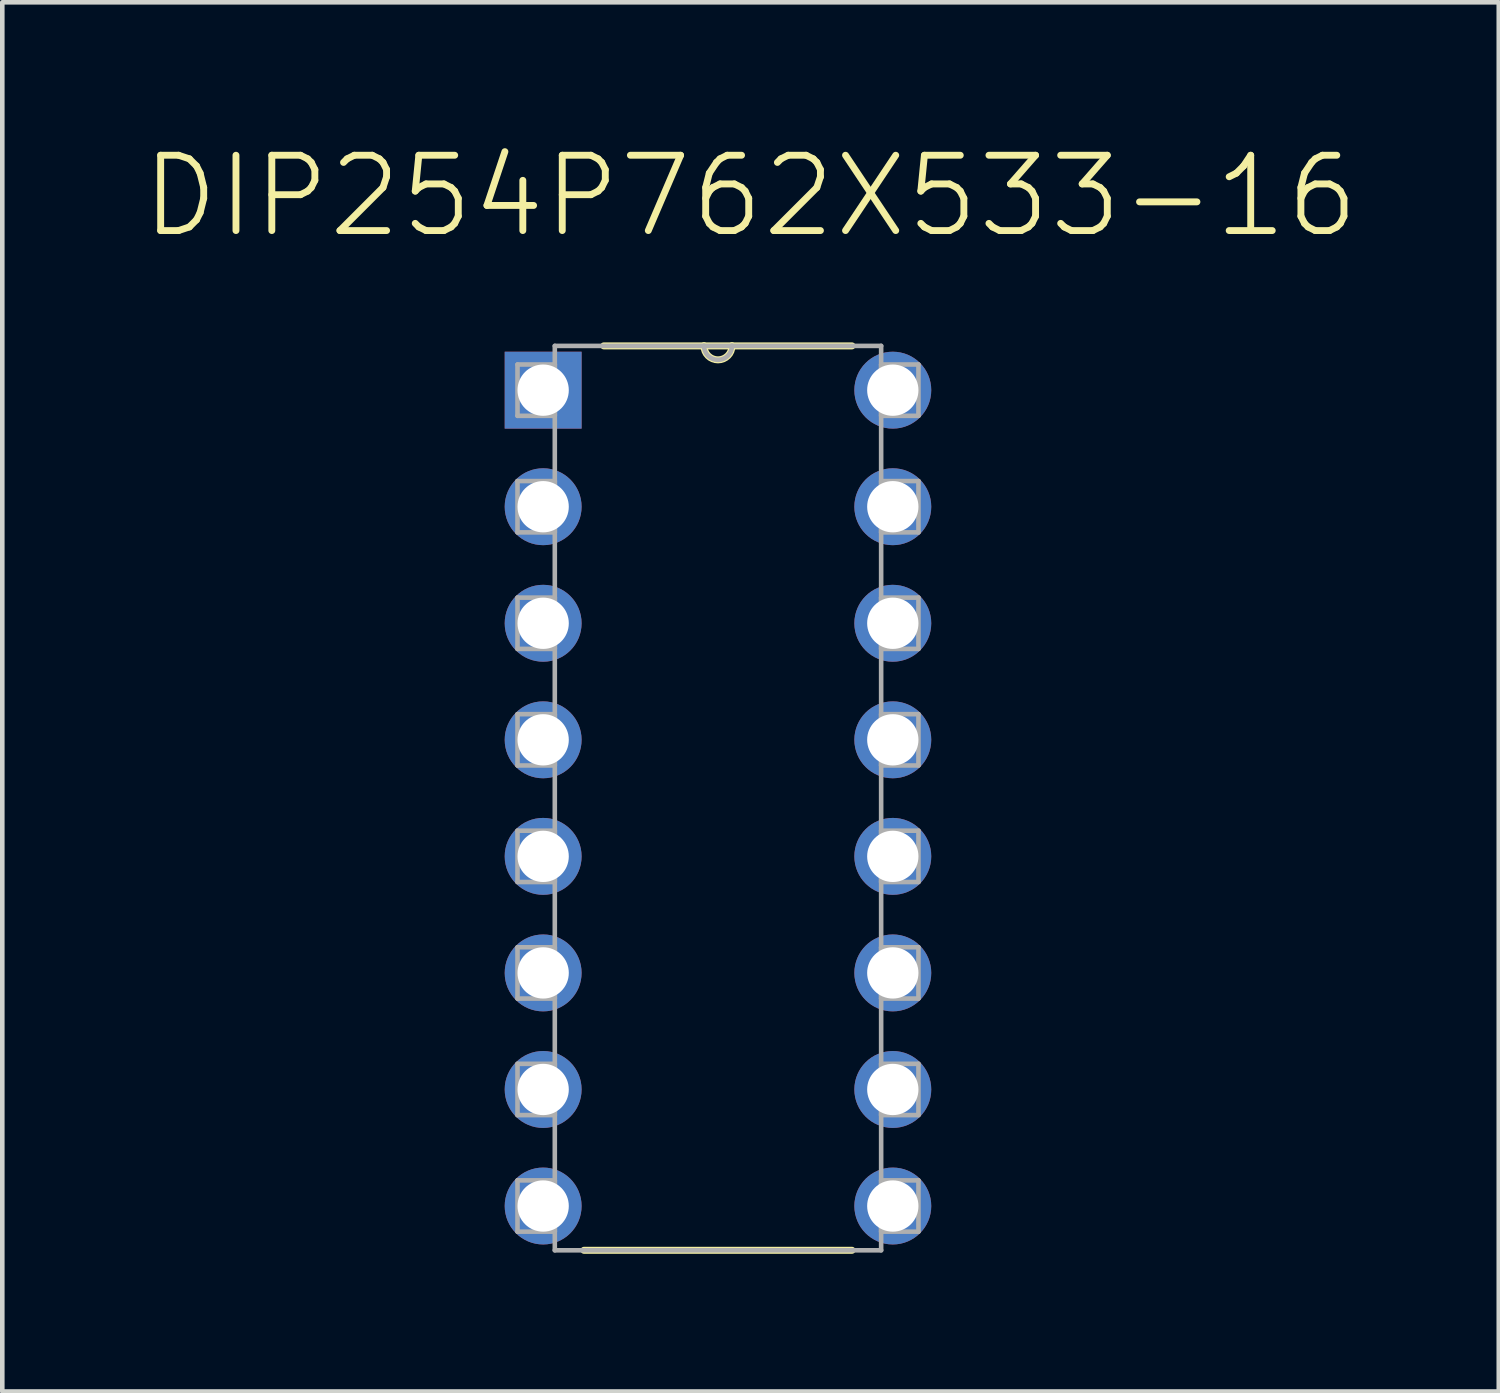
<source format=kicad_pcb>
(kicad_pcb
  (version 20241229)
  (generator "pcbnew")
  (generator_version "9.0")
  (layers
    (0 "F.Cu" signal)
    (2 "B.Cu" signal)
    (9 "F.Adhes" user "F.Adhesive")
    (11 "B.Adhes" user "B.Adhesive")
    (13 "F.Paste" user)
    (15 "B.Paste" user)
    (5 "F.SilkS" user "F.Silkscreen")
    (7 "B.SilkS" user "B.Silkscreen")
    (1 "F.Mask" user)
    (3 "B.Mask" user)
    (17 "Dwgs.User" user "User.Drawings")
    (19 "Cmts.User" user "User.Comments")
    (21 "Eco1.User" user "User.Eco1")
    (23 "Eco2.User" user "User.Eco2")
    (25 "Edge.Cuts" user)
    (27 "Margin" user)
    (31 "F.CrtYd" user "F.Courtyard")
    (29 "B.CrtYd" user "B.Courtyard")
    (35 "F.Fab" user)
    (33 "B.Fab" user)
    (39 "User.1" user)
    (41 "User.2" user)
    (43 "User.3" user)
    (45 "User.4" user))
  (footprint "DIP254P762X533-16"
    (layer "F.Cu")
    (at 16.407 23.233)
    (property "Reference" "DIP254P762X533-16" (at -3.101 -22.01 0) (layer "F.SilkS") (effects (font (size 1.641 1.641) (thickness 0.15))))
    (attr through_hole)
    (fp_line (start -6.731 0.965) (end -0.889 0.965) (stroke (width 0.152) (type solid)) (layer "F.SilkS"))
    (fp_line (start -4.115 -18.745) (end -6.299 -18.745) (stroke (width 0.152) (type solid)) (layer "F.SilkS"))
    (fp_line (start -3.505 -18.745) (end -4.115 -18.745) (stroke (width 0.152) (type solid)) (layer "F.SilkS"))
    (fp_line (start -0.889 -18.745) (end -3.505 -18.745) (stroke (width 0.152) (type solid)) (layer "F.SilkS"))
    (fp_arc (start -3.5052 -18.7452) (mid -3.81 -18.4404) (end -4.1148 -18.7452) (stroke (width 0.1524) (type solid)) (layer "F.SilkS"))
    (fp_line (start -8.179 -18.339) (end -8.179 -17.221) (stroke (width 0.1) (type solid)) (layer "F.Fab"))
    (fp_line (start -8.179 -17.221) (end -7.366 -17.221) (stroke (width 0.1) (type solid)) (layer "F.Fab"))
    (fp_line (start -8.179 -15.799) (end -8.179 -14.681) (stroke (width 0.1) (type solid)) (layer "F.Fab"))
    (fp_line (start -8.179 -14.681) (end -7.366 -14.681) (stroke (width 0.1) (type solid)) (layer "F.Fab"))
    (fp_line (start -8.179 -13.259) (end -8.179 -12.141) (stroke (width 0.1) (type solid)) (layer "F.Fab"))
    (fp_line (start -8.179 -12.141) (end -7.366 -12.141) (stroke (width 0.1) (type solid)) (layer "F.Fab"))
    (fp_line (start -8.179 -10.719) (end -8.179 -9.601) (stroke (width 0.1) (type solid)) (layer "F.Fab"))
    (fp_line (start -8.179 -9.601) (end -7.366 -9.601) (stroke (width 0.1) (type solid)) (layer "F.Fab"))
    (fp_line (start -8.179 -8.179) (end -8.179 -7.061) (stroke (width 0.1) (type solid)) (layer "F.Fab"))
    (fp_line (start -8.179 -7.061) (end -7.366 -7.061) (stroke (width 0.1) (type solid)) (layer "F.Fab"))
    (fp_line (start -8.179 -5.639) (end -8.179 -4.521) (stroke (width 0.1) (type solid)) (layer "F.Fab"))
    (fp_line (start -8.179 -4.521) (end -7.366 -4.521) (stroke (width 0.1) (type solid)) (layer "F.Fab"))
    (fp_line (start -8.179 -3.099) (end -8.179 -1.981) (stroke (width 0.1) (type solid)) (layer "F.Fab"))
    (fp_line (start -8.179 -1.981) (end -7.366 -1.981) (stroke (width 0.1) (type solid)) (layer "F.Fab"))
    (fp_line (start -8.179 -0.559) (end -8.179 0.559) (stroke (width 0.1) (type solid)) (layer "F.Fab"))
    (fp_line (start -8.179 0.559) (end -7.366 0.559) (stroke (width 0.1) (type solid)) (layer "F.Fab"))
    (fp_line (start -7.366 -18.745) (end -7.366 0.965) (stroke (width 0.1) (type solid)) (layer "F.Fab"))
    (fp_line (start -7.366 -18.339) (end -8.179 -18.339) (stroke (width 0.1) (type solid)) (layer "F.Fab"))
    (fp_line (start -7.366 -17.221) (end -7.366 -18.339) (stroke (width 0.1) (type solid)) (layer "F.Fab"))
    (fp_line (start -7.366 -15.799) (end -8.179 -15.799) (stroke (width 0.1) (type solid)) (layer "F.Fab"))
    (fp_line (start -7.366 -14.681) (end -7.366 -15.799) (stroke (width 0.1) (type solid)) (layer "F.Fab"))
    (fp_line (start -7.366 -13.259) (end -8.179 -13.259) (stroke (width 0.1) (type solid)) (layer "F.Fab"))
    (fp_line (start -7.366 -12.141) (end -7.366 -13.259) (stroke (width 0.1) (type solid)) (layer "F.Fab"))
    (fp_line (start -7.366 -10.719) (end -8.179 -10.719) (stroke (width 0.1) (type solid)) (layer "F.Fab"))
    (fp_line (start -7.366 -9.601) (end -7.366 -10.719) (stroke (width 0.1) (type solid)) (layer "F.Fab"))
    (fp_line (start -7.366 -8.179) (end -8.179 -8.179) (stroke (width 0.1) (type solid)) (layer "F.Fab"))
    (fp_line (start -7.366 -7.061) (end -7.366 -8.179) (stroke (width 0.1) (type solid)) (layer "F.Fab"))
    (fp_line (start -7.366 -5.639) (end -8.179 -5.639) (stroke (width 0.1) (type solid)) (layer "F.Fab"))
    (fp_line (start -7.366 -4.521) (end -7.366 -5.639) (stroke (width 0.1) (type solid)) (layer "F.Fab"))
    (fp_line (start -7.366 -3.099) (end -8.179 -3.099) (stroke (width 0.1) (type solid)) (layer "F.Fab"))
    (fp_line (start -7.366 -1.981) (end -7.366 -3.099) (stroke (width 0.1) (type solid)) (layer "F.Fab"))
    (fp_line (start -7.366 -0.559) (end -8.179 -0.559) (stroke (width 0.1) (type solid)) (layer "F.Fab"))
    (fp_line (start -7.366 0.559) (end -7.366 -0.559) (stroke (width 0.1) (type solid)) (layer "F.Fab"))
    (fp_line (start -7.366 0.965) (end -0.254 0.965) (stroke (width 0.1) (type solid)) (layer "F.Fab"))
    (fp_line (start -4.115 -18.745) (end -7.366 -18.745) (stroke (width 0.1) (type solid)) (layer "F.Fab"))
    (fp_line (start -3.505 -18.745) (end -4.115 -18.745) (stroke (width 0.1) (type solid)) (layer "F.Fab"))
    (fp_line (start -0.254 -18.745) (end -3.505 -18.745) (stroke (width 0.1) (type solid)) (layer "F.Fab"))
    (fp_line (start -0.254 -18.339) (end -0.254 -17.221) (stroke (width 0.1) (type solid)) (layer "F.Fab"))
    (fp_line (start -0.254 -17.221) (end 0.559 -17.221) (stroke (width 0.1) (type solid)) (layer "F.Fab"))
    (fp_line (start -0.254 -15.799) (end -0.254 -14.681) (stroke (width 0.1) (type solid)) (layer "F.Fab"))
    (fp_line (start -0.254 -14.681) (end 0.559 -14.681) (stroke (width 0.1) (type solid)) (layer "F.Fab"))
    (fp_line (start -0.254 -13.259) (end -0.254 -12.141) (stroke (width 0.1) (type solid)) (layer "F.Fab"))
    (fp_line (start -0.254 -12.141) (end 0.559 -12.141) (stroke (width 0.1) (type solid)) (layer "F.Fab"))
    (fp_line (start -0.254 -10.719) (end -0.254 -9.601) (stroke (width 0.1) (type solid)) (layer "F.Fab"))
    (fp_line (start -0.254 -9.601) (end 0.559 -9.601) (stroke (width 0.1) (type solid)) (layer "F.Fab"))
    (fp_line (start -0.254 -8.179) (end -0.254 -7.061) (stroke (width 0.1) (type solid)) (layer "F.Fab"))
    (fp_line (start -0.254 -7.061) (end 0.559 -7.061) (stroke (width 0.1) (type solid)) (layer "F.Fab"))
    (fp_line (start -0.254 -5.639) (end -0.254 -4.521) (stroke (width 0.1) (type solid)) (layer "F.Fab"))
    (fp_line (start -0.254 -4.521) (end 0.559 -4.521) (stroke (width 0.1) (type solid)) (layer "F.Fab"))
    (fp_line (start -0.254 -3.099) (end -0.254 -1.981) (stroke (width 0.1) (type solid)) (layer "F.Fab"))
    (fp_line (start -0.254 -1.981) (end 0.559 -1.981) (stroke (width 0.1) (type solid)) (layer "F.Fab"))
    (fp_line (start -0.254 -0.559) (end -0.254 0.559) (stroke (width 0.1) (type solid)) (layer "F.Fab"))
    (fp_line (start -0.254 0.559) (end 0.559 0.559) (stroke (width 0.1) (type solid)) (layer "F.Fab"))
    (fp_line (start -0.254 0.965) (end -0.254 -18.745) (stroke (width 0.1) (type solid)) (layer "F.Fab"))
    (fp_line (start 0.559 -18.339) (end -0.254 -18.339) (stroke (width 0.1) (type solid)) (layer "F.Fab"))
    (fp_line (start 0.559 -17.221) (end 0.559 -18.339) (stroke (width 0.1) (type solid)) (layer "F.Fab"))
    (fp_line (start 0.559 -15.799) (end -0.254 -15.799) (stroke (width 0.1) (type solid)) (layer "F.Fab"))
    (fp_line (start 0.559 -14.681) (end 0.559 -15.799) (stroke (width 0.1) (type solid)) (layer "F.Fab"))
    (fp_line (start 0.559 -13.259) (end -0.254 -13.259) (stroke (width 0.1) (type solid)) (layer "F.Fab"))
    (fp_line (start 0.559 -12.141) (end 0.559 -13.259) (stroke (width 0.1) (type solid)) (layer "F.Fab"))
    (fp_line (start 0.559 -10.719) (end -0.254 -10.719) (stroke (width 0.1) (type solid)) (layer "F.Fab"))
    (fp_line (start 0.559 -9.601) (end 0.559 -10.719) (stroke (width 0.1) (type solid)) (layer "F.Fab"))
    (fp_line (start 0.559 -8.179) (end -0.254 -8.179) (stroke (width 0.1) (type solid)) (layer "F.Fab"))
    (fp_line (start 0.559 -7.061) (end 0.559 -8.179) (stroke (width 0.1) (type solid)) (layer "F.Fab"))
    (fp_line (start 0.559 -5.639) (end -0.254 -5.639) (stroke (width 0.1) (type solid)) (layer "F.Fab"))
    (fp_line (start 0.559 -4.521) (end 0.559 -5.639) (stroke (width 0.1) (type solid)) (layer "F.Fab"))
    (fp_line (start 0.559 -3.099) (end -0.254 -3.099) (stroke (width 0.1) (type solid)) (layer "F.Fab"))
    (fp_line (start 0.559 -1.981) (end 0.559 -3.099) (stroke (width 0.1) (type solid)) (layer "F.Fab"))
    (fp_line (start 0.559 -0.559) (end -0.254 -0.559) (stroke (width 0.1) (type solid)) (layer "F.Fab"))
    (fp_line (start 0.559 0.559) (end 0.559 -0.559) (stroke (width 0.1) (type solid)) (layer "F.Fab"))
    (fp_arc (start -3.5052 -18.7452) (mid -3.81 -18.4404) (end -4.1148 -18.7452) (stroke (width 0.1) (type solid)) (layer "F.Fab"))
    (pad "1" thru_hole rect (at -7.62 -17.78) (size 1.676 1.676) (drill 1.118) (layers "*.Cu" "*.Mask"))
    (pad "2" thru_hole circle (at -7.62 -15.24) (size 1.676 1.676) (drill 1.118) (layers "*.Cu" "*.Mask"))
    (pad "3" thru_hole circle (at -7.62 -12.7) (size 1.676 1.676) (drill 1.118) (layers "*.Cu" "*.Mask"))
    (pad "4" thru_hole circle (at -7.62 -10.16) (size 1.676 1.676) (drill 1.118) (layers "*.Cu" "*.Mask"))
    (pad "5" thru_hole circle (at -7.62 -7.62) (size 1.676 1.676) (drill 1.118) (layers "*.Cu" "*.Mask"))
    (pad "6" thru_hole circle (at -7.62 -5.08) (size 1.676 1.676) (drill 1.118) (layers "*.Cu" "*.Mask"))
    (pad "7" thru_hole circle (at -7.62 -2.54) (size 1.676 1.676) (drill 1.118) (layers "*.Cu" "*.Mask"))
    (pad "8" thru_hole circle (at -7.62 0) (size 1.676 1.676) (drill 1.118) (layers "*.Cu" "*.Mask"))
    (pad "9" thru_hole circle (at 0 0) (size 1.676 1.676) (drill 1.118) (layers "*.Cu" "*.Mask"))
    (pad "10" thru_hole circle (at 0 -2.54) (size 1.676 1.676) (drill 1.118) (layers "*.Cu" "*.Mask"))
    (pad "11" thru_hole circle (at 0 -5.08) (size 1.676 1.676) (drill 1.118) (layers "*.Cu" "*.Mask"))
    (pad "12" thru_hole circle (at 0 -7.62) (size 1.676 1.676) (drill 1.118) (layers "*.Cu" "*.Mask"))
    (pad "13" thru_hole circle (at 0 -10.16) (size 1.676 1.676) (drill 1.118) (layers "*.Cu" "*.Mask"))
    (pad "14" thru_hole circle (at 0 -12.7) (size 1.676 1.676) (drill 1.118) (layers "*.Cu" "*.Mask"))
    (pad "15" thru_hole circle (at 0 -15.24) (size 1.676 1.676) (drill 1.118) (layers "*.Cu" "*.Mask"))
    (pad "16" thru_hole circle (at 0 -17.78) (size 1.676 1.676) (drill 1.118) (layers "*.Cu" "*.Mask")))
  (gr_rect
    (start -3 -3)
    (end 29.613 27.275)
    (stroke (width 0.1) (type default))
    (fill no)
    (layer "Edge.Cuts")))
</source>
